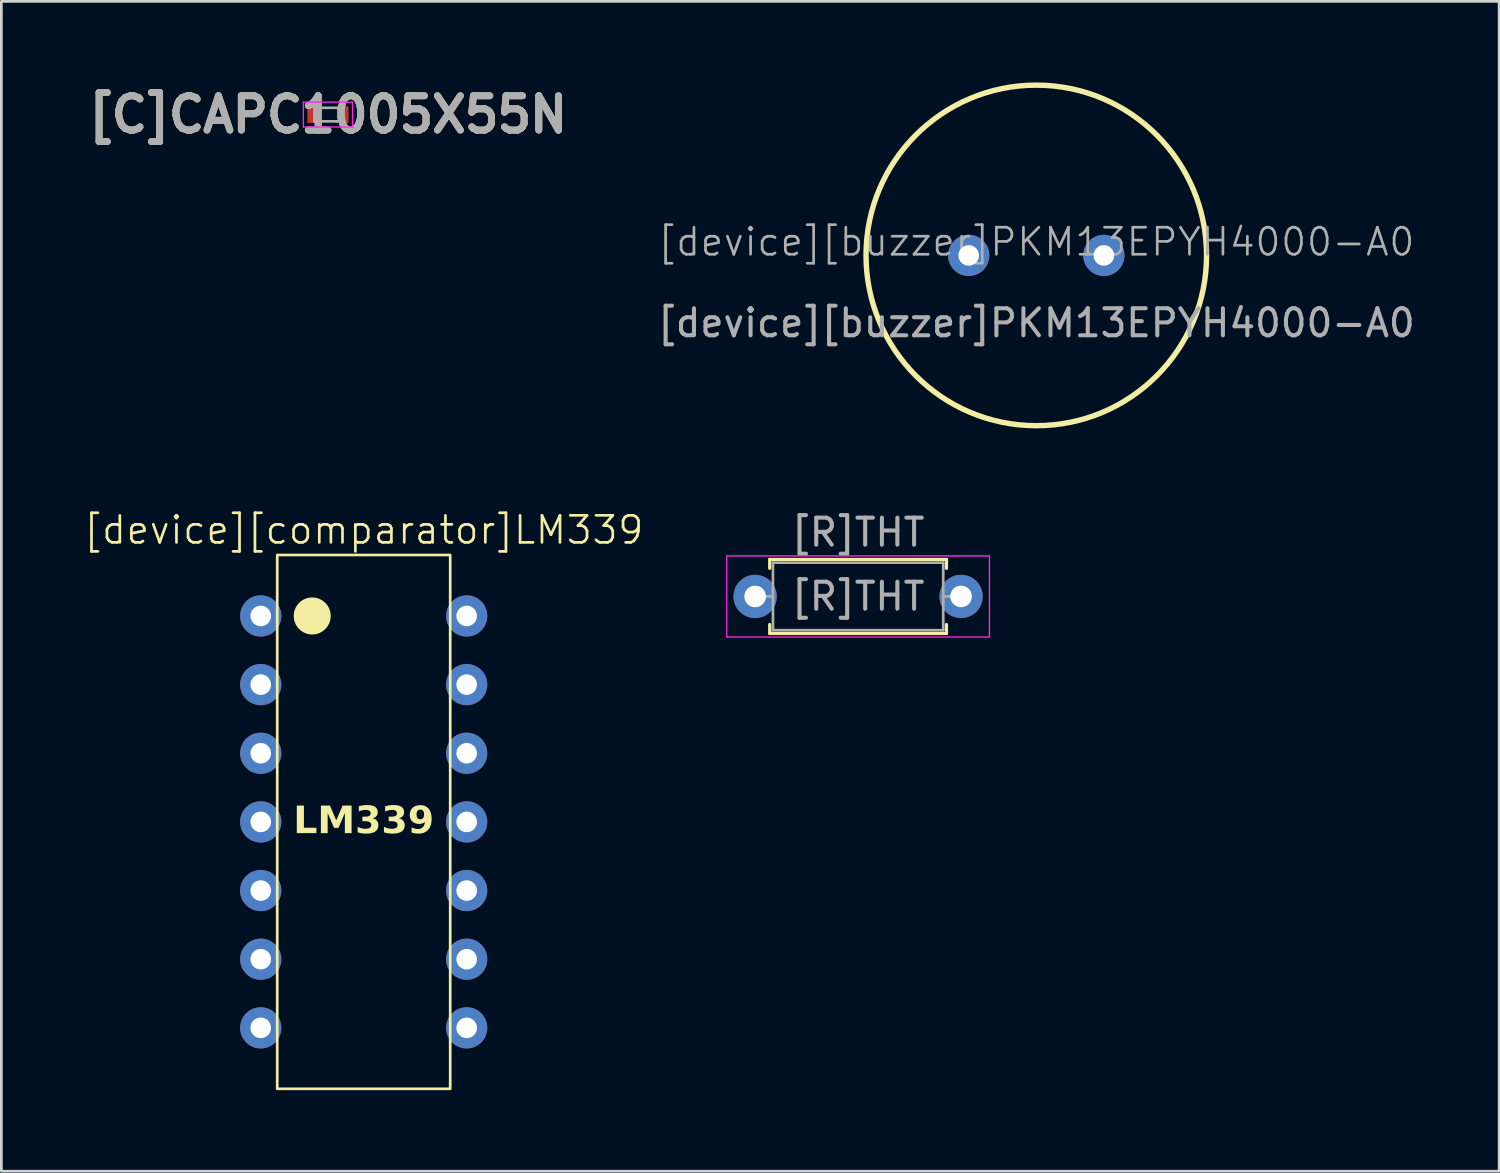
<source format=kicad_pcb>
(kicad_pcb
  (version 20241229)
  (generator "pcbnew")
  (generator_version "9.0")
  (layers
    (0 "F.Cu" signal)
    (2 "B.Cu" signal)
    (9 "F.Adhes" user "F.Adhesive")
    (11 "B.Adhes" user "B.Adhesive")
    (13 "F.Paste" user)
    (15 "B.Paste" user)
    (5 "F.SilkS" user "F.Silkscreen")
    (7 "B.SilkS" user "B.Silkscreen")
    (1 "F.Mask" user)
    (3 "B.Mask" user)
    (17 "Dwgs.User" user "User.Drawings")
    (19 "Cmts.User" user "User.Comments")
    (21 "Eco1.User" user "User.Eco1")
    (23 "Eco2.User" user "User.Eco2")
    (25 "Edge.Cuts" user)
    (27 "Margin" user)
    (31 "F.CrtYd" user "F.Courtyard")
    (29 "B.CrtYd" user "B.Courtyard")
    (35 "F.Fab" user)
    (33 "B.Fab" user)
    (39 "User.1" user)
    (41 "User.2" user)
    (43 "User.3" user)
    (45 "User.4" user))
  (footprint "[C]CAPC1005X55N"
    (layer "F.Cu")
    (at 9.084 1.189)
    (property "Reference" "[C]CAPC1005X55N" (at 0 0 0) (layer "F.SilkS") (effects (font (size 1.27 1.27) (thickness 0.254))))
    (attr smd)
    (fp_line (start -0.91 -0.46) (end 0.91 -0.46) (stroke (width 0.05) (type solid)) (layer "F.CrtYd"))
    (fp_line (start -0.91 0.46) (end -0.91 -0.46) (stroke (width 0.05) (type solid)) (layer "F.CrtYd"))
    (fp_line (start 0.91 -0.46) (end 0.91 0.46) (stroke (width 0.05) (type solid)) (layer "F.CrtYd"))
    (fp_line (start 0.91 0.46) (end -0.91 0.46) (stroke (width 0.05) (type solid)) (layer "F.CrtYd"))
    (fp_line (start -0.5 -0.25) (end 0.5 -0.25) (stroke (width 0.1) (type solid)) (layer "F.Fab"))
    (fp_line (start -0.5 0.25) (end -0.5 -0.25) (stroke (width 0.1) (type solid)) (layer "F.Fab"))
    (fp_line (start 0.5 -0.25) (end 0.5 0.25) (stroke (width 0.1) (type solid)) (layer "F.Fab"))
    (fp_line (start 0.5 0.25) (end -0.5 0.25) (stroke (width 0.1) (type solid)) (layer "F.Fab"))
    (fp_text user "${REFERENCE}" (at 0 0 0) (layer "F.Fab") (effects (font (size 1.27 1.27) (thickness 0.254))))
    (pad "1" smd rect (at -0.55 0) (size 0.42 0.62) (layers "F.Cu" "F.Mask" "F.Paste"))
    (pad "2" smd rect (at 0.55 0) (size 0.42 0.62) (layers "F.Cu" "F.Mask" "F.Paste")))
  (footprint "[device][buzzer]PKM13EPYH4000-A0"
    (layer "F.Cu")
    (at 35.292 6.4)
    (property "Reference" "[device][buzzer]PKM13EPYH4000-A0" (at 0 -0.5 0) (unlocked yes) (layer "F.Fab") (effects (font (size 1 1) (thickness 0.1))))
    (attr through_hole)
    (fp_circle (center 0 0) (end 6.3 0) (stroke (width 0.2) (type default)) (fill no) (layer "F.SilkS"))
    (fp_text user "${REFERENCE}" (at 0 2.5 0) (unlocked yes) (layer "F.Fab") (effects (font (size 1 1) (thickness 0.15))))
    (pad "1" thru_hole circle (at -2.5 0) (size 1.524 1.524) (drill 0.762) (layers "*.Cu" "*.Mask"))
    (pad "2" thru_hole circle (at 2.5 0) (size 1.524 1.524) (drill 0.762) (layers "*.Cu" "*.Mask")))
  (footprint "[device][comparator]LM339"
    (layer "F.Cu")
    (at 10.407 27.36)
    (property "Reference" "[device][comparator]LM339" (at 0 -10.8 0) (unlocked yes) (layer "F.SilkS") (effects (font (size 1 1) (thickness 0.1))))
    (attr through_hole)
    (fp_rect (start -3.2 -9.875) (end 3.2 9.875) (stroke (width 0.1) (type default)) (fill no) (layer "F.SilkS"))
    (fp_circle (center -1.905 -7.62) (end -1.27 -7.62) (stroke (width 0.1) (type solid)) (fill yes) (layer "F.SilkS"))
    (fp_text user "LM339" (at 0 0 0) (unlocked yes) (layer "F.SilkS") (effects (font (face "Arial Black") (size 1 1) (thickness 0.15))))
    (pad "1" thru_hole circle (at -3.81 -7.62) (size 1.524 1.524) (drill 0.762) (layers "*.Cu" "*.Mask"))
    (pad "2" thru_hole circle (at -3.81 -5.08) (size 1.524 1.524) (drill 0.762) (layers "*.Cu" "*.Mask"))
    (pad "3" thru_hole circle (at -3.81 -2.54) (size 1.524 1.524) (drill 0.762) (layers "*.Cu" "*.Mask"))
    (pad "4" thru_hole circle (at -3.81 0) (size 1.524 1.524) (drill 0.762) (layers "*.Cu" "*.Mask"))
    (pad "5" thru_hole circle (at -3.81 2.54) (size 1.524 1.524) (drill 0.762) (layers "*.Cu" "*.Mask"))
    (pad "6" thru_hole circle (at -3.81 5.08) (size 1.524 1.524) (drill 0.762) (layers "*.Cu" "*.Mask"))
    (pad "7" thru_hole circle (at -3.81 7.62) (size 1.524 1.524) (drill 0.762) (layers "*.Cu" "*.Mask"))
    (pad "8" thru_hole circle (at 3.81 7.62) (size 1.524 1.524) (drill 0.762) (layers "*.Cu" "*.Mask"))
    (pad "9" thru_hole circle (at 3.81 5.08) (size 1.524 1.524) (drill 0.762) (layers "*.Cu" "*.Mask"))
    (pad "10" thru_hole circle (at 3.81 2.54) (size 1.524 1.524) (drill 0.762) (layers "*.Cu" "*.Mask"))
    (pad "11" thru_hole circle (at 3.81 0) (size 1.524 1.524) (drill 0.762) (layers "*.Cu" "*.Mask"))
    (pad "12" thru_hole circle (at 3.81 -2.54) (size 1.524 1.524) (drill 0.762) (layers "*.Cu" "*.Mask"))
    (pad "13" thru_hole circle (at 3.81 -5.08) (size 1.524 1.524) (drill 0.762) (layers "*.Cu" "*.Mask"))
    (pad "14" thru_hole circle (at 3.81 -7.62) (size 1.524 1.524) (drill 0.762) (layers "*.Cu" "*.Mask")))
  (footprint "[R]THT"
    (layer "F.Cu")
    (at 24.889 19.018)
    (property "Reference" "[R]THT" (at 3.81 -2.37 0) (layer "F.Fab") (effects (font (size 1 1) (thickness 0.15))))
    (attr through_hole)
    (fp_line (start 0.54 -1.37) (end 7.08 -1.37) (stroke (width 0.12) (type solid)) (layer "F.SilkS"))
    (fp_line (start 0.54 -1.04) (end 0.54 -1.37) (stroke (width 0.12) (type solid)) (layer "F.SilkS"))
    (fp_line (start 0.54 1.04) (end 0.54 1.37) (stroke (width 0.12) (type solid)) (layer "F.SilkS"))
    (fp_line (start 0.54 1.37) (end 7.08 1.37) (stroke (width 0.12) (type solid)) (layer "F.SilkS"))
    (fp_line (start 7.08 -1.37) (end 7.08 -1.04) (stroke (width 0.12) (type solid)) (layer "F.SilkS"))
    (fp_line (start 7.08 1.37) (end 7.08 1.04) (stroke (width 0.12) (type solid)) (layer "F.SilkS"))
    (fp_line (start -1.05 -1.5) (end -1.05 1.5) (stroke (width 0.05) (type solid)) (layer "F.CrtYd"))
    (fp_line (start -1.05 1.5) (end 8.67 1.5) (stroke (width 0.05) (type solid)) (layer "F.CrtYd"))
    (fp_line (start 8.67 -1.5) (end -1.05 -1.5) (stroke (width 0.05) (type solid)) (layer "F.CrtYd"))
    (fp_line (start 8.67 1.5) (end 8.67 -1.5) (stroke (width 0.05) (type solid)) (layer "F.CrtYd"))
    (fp_line (start 0 0) (end 0.66 0) (stroke (width 0.1) (type solid)) (layer "F.Fab"))
    (fp_line (start 0.66 -1.25) (end 0.66 1.25) (stroke (width 0.1) (type solid)) (layer "F.Fab"))
    (fp_line (start 0.66 1.25) (end 6.96 1.25) (stroke (width 0.1) (type solid)) (layer "F.Fab"))
    (fp_line (start 6.96 -1.25) (end 0.66 -1.25) (stroke (width 0.1) (type solid)) (layer "F.Fab"))
    (fp_line (start 6.96 1.25) (end 6.96 -1.25) (stroke (width 0.1) (type solid)) (layer "F.Fab"))
    (fp_line (start 7.62 0) (end 6.96 0) (stroke (width 0.1) (type solid)) (layer "F.Fab"))
    (fp_text user "${REFERENCE}" (at 3.81 0 0) (layer "F.Fab") (effects (font (size 1 1) (thickness 0.15))))
    (pad "1" thru_hole circle (at 0 0) (size 1.6 1.6) (drill 0.8) (layers "*.Cu" "*.Mask"))
    (pad "2" thru_hole oval (at 7.62 0) (size 1.6 1.6) (drill 0.8) (layers "*.Cu" "*.Mask")))
  (gr_rect
    (start -3 -3)
    (end 52.417 40.285)
    (stroke (width 0.1) (type default))
    (fill no)
    (layer "Edge.Cuts")))
</source>
